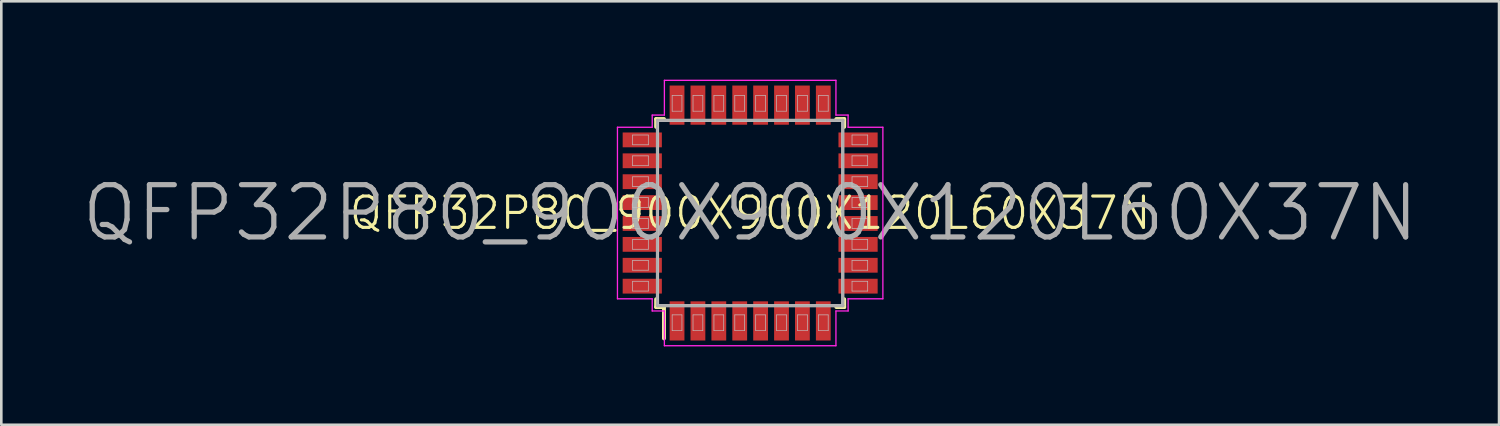
<source format=kicad_pcb>
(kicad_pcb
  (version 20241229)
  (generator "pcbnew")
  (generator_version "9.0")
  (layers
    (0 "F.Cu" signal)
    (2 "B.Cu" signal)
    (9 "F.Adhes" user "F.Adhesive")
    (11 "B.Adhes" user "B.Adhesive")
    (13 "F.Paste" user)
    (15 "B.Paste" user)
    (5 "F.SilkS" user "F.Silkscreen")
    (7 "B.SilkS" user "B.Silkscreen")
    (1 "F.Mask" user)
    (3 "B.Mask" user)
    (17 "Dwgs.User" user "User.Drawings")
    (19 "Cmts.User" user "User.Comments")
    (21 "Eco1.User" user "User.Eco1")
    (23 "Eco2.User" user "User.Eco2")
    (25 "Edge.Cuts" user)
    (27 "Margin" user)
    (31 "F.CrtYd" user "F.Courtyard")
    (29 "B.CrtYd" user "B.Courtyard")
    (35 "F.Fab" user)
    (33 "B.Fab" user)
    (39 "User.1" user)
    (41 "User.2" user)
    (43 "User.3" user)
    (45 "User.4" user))
  (footprint "QFP32P80_900X900X120L60X37N"
    (layer "F.Cu")
    (at 25.671 5.106)
    (property "Reference" "QFP32P80_900X900X120L60X37N" (at 0 0 0) (layer "F.SilkS") (effects (font (size 1.2 1.2) (thickness 0.12))))
    (attr smd)
    (fp_line (start -3.6 -3.6) (end -3.6 -3.3) (stroke (width 0.15) (type solid)) (layer "F.SilkS"))
    (fp_line (start -3.6 3.6) (end -3.6 3.3) (stroke (width 0.15) (type solid)) (layer "F.SilkS"))
    (fp_line (start -3.3 -3.6) (end -3.6 -3.6) (stroke (width 0.15) (type solid)) (layer "F.SilkS"))
    (fp_line (start -3.3 3.6) (end -3.6 3.6) (stroke (width 0.15) (type solid)) (layer "F.SilkS"))
    (fp_line (start -3.3 4.8) (end -3.3 3.6) (stroke (width 0.15) (type solid)) (layer "F.SilkS"))
    (fp_line (start 3.3 -3.6) (end 3.6 -3.6) (stroke (width 0.15) (type solid)) (layer "F.SilkS"))
    (fp_line (start 3.3 3.6) (end 3.6 3.6) (stroke (width 0.15) (type solid)) (layer "F.SilkS"))
    (fp_line (start 3.6 -3.6) (end 3.6 -3.3) (stroke (width 0.15) (type solid)) (layer "F.SilkS"))
    (fp_line (start 3.6 3.6) (end 3.6 3.3) (stroke (width 0.15) (type solid)) (layer "F.SilkS"))
    (fp_line (start -4.5 -2.987) (end -3.9 -2.987) (stroke (width 0.025) (type solid)) (layer "Dwgs.User"))
    (fp_line (start -4.5 -2.612) (end -4.5 -2.987) (stroke (width 0.025) (type solid)) (layer "Dwgs.User"))
    (fp_line (start -4.5 -2.188) (end -3.9 -2.188) (stroke (width 0.025) (type solid)) (layer "Dwgs.User"))
    (fp_line (start -4.5 -1.812) (end -4.5 -2.188) (stroke (width 0.025) (type solid)) (layer "Dwgs.User"))
    (fp_line (start -4.5 -1.387) (end -3.9 -1.387) (stroke (width 0.025) (type solid)) (layer "Dwgs.User"))
    (fp_line (start -4.5 -1.012) (end -4.5 -1.387) (stroke (width 0.025) (type solid)) (layer "Dwgs.User"))
    (fp_line (start -4.5 -0.588) (end -3.9 -0.588) (stroke (width 0.025) (type solid)) (layer "Dwgs.User"))
    (fp_line (start -4.5 -0.212) (end -4.5 -0.588) (stroke (width 0.025) (type solid)) (layer "Dwgs.User"))
    (fp_line (start -4.5 0.212) (end -3.9 0.212) (stroke (width 0.025) (type solid)) (layer "Dwgs.User"))
    (fp_line (start -4.5 0.588) (end -4.5 0.212) (stroke (width 0.025) (type solid)) (layer "Dwgs.User"))
    (fp_line (start -4.5 1.012) (end -3.9 1.012) (stroke (width 0.025) (type solid)) (layer "Dwgs.User"))
    (fp_line (start -4.5 1.387) (end -4.5 1.012) (stroke (width 0.025) (type solid)) (layer "Dwgs.User"))
    (fp_line (start -4.5 1.812) (end -3.9 1.812) (stroke (width 0.025) (type solid)) (layer "Dwgs.User"))
    (fp_line (start -4.5 2.188) (end -4.5 1.812) (stroke (width 0.025) (type solid)) (layer "Dwgs.User"))
    (fp_line (start -4.5 2.612) (end -3.9 2.612) (stroke (width 0.025) (type solid)) (layer "Dwgs.User"))
    (fp_line (start -4.5 2.987) (end -4.5 2.612) (stroke (width 0.025) (type solid)) (layer "Dwgs.User"))
    (fp_line (start -3.9 -2.987) (end -3.9 -2.612) (stroke (width 0.025) (type solid)) (layer "Dwgs.User"))
    (fp_line (start -3.9 -2.612) (end -4.5 -2.612) (stroke (width 0.025) (type solid)) (layer "Dwgs.User"))
    (fp_line (start -3.9 -2.188) (end -3.9 -1.812) (stroke (width 0.025) (type solid)) (layer "Dwgs.User"))
    (fp_line (start -3.9 -1.812) (end -4.5 -1.812) (stroke (width 0.025) (type solid)) (layer "Dwgs.User"))
    (fp_line (start -3.9 -1.387) (end -3.9 -1.012) (stroke (width 0.025) (type solid)) (layer "Dwgs.User"))
    (fp_line (start -3.9 -1.012) (end -4.5 -1.012) (stroke (width 0.025) (type solid)) (layer "Dwgs.User"))
    (fp_line (start -3.9 -0.588) (end -3.9 -0.212) (stroke (width 0.025) (type solid)) (layer "Dwgs.User"))
    (fp_line (start -3.9 -0.212) (end -4.5 -0.212) (stroke (width 0.025) (type solid)) (layer "Dwgs.User"))
    (fp_line (start -3.9 0.212) (end -3.9 0.588) (stroke (width 0.025) (type solid)) (layer "Dwgs.User"))
    (fp_line (start -3.9 0.588) (end -4.5 0.588) (stroke (width 0.025) (type solid)) (layer "Dwgs.User"))
    (fp_line (start -3.9 1.012) (end -3.9 1.387) (stroke (width 0.025) (type solid)) (layer "Dwgs.User"))
    (fp_line (start -3.9 1.387) (end -4.5 1.387) (stroke (width 0.025) (type solid)) (layer "Dwgs.User"))
    (fp_line (start -3.9 1.812) (end -3.9 2.188) (stroke (width 0.025) (type solid)) (layer "Dwgs.User"))
    (fp_line (start -3.9 2.188) (end -4.5 2.188) (stroke (width 0.025) (type solid)) (layer "Dwgs.User"))
    (fp_line (start -3.9 2.612) (end -3.9 2.987) (stroke (width 0.025) (type solid)) (layer "Dwgs.User"))
    (fp_line (start -3.9 2.987) (end -4.5 2.987) (stroke (width 0.025) (type solid)) (layer "Dwgs.User"))
    (fp_line (start -3.5 -3.5) (end 3.5 -3.5) (stroke (width 0.025) (type solid)) (layer "Dwgs.User"))
    (fp_line (start -3.5 3.5) (end -3.5 -3.5) (stroke (width 0.025) (type solid)) (layer "Dwgs.User"))
    (fp_line (start -2.987 -4.5) (end -2.612 -4.5) (stroke (width 0.025) (type solid)) (layer "Dwgs.User"))
    (fp_line (start -2.987 -3.9) (end -2.987 -4.5) (stroke (width 0.025) (type solid)) (layer "Dwgs.User"))
    (fp_line (start -2.987 3.9) (end -2.612 3.9) (stroke (width 0.025) (type solid)) (layer "Dwgs.User"))
    (fp_line (start -2.987 4.5) (end -2.987 3.9) (stroke (width 0.025) (type solid)) (layer "Dwgs.User"))
    (fp_line (start -2.612 -4.5) (end -2.612 -3.9) (stroke (width 0.025) (type solid)) (layer "Dwgs.User"))
    (fp_line (start -2.612 -3.9) (end -2.987 -3.9) (stroke (width 0.025) (type solid)) (layer "Dwgs.User"))
    (fp_line (start -2.612 3.9) (end -2.612 4.5) (stroke (width 0.025) (type solid)) (layer "Dwgs.User"))
    (fp_line (start -2.612 4.5) (end -2.987 4.5) (stroke (width 0.025) (type solid)) (layer "Dwgs.User"))
    (fp_line (start -2.188 -4.5) (end -1.812 -4.5) (stroke (width 0.025) (type solid)) (layer "Dwgs.User"))
    (fp_line (start -2.188 -3.9) (end -2.188 -4.5) (stroke (width 0.025) (type solid)) (layer "Dwgs.User"))
    (fp_line (start -2.188 3.9) (end -1.812 3.9) (stroke (width 0.025) (type solid)) (layer "Dwgs.User"))
    (fp_line (start -2.188 4.5) (end -2.188 3.9) (stroke (width 0.025) (type solid)) (layer "Dwgs.User"))
    (fp_line (start -1.812 -4.5) (end -1.812 -3.9) (stroke (width 0.025) (type solid)) (layer "Dwgs.User"))
    (fp_line (start -1.812 -3.9) (end -2.188 -3.9) (stroke (width 0.025) (type solid)) (layer "Dwgs.User"))
    (fp_line (start -1.812 3.9) (end -1.812 4.5) (stroke (width 0.025) (type solid)) (layer "Dwgs.User"))
    (fp_line (start -1.812 4.5) (end -2.188 4.5) (stroke (width 0.025) (type solid)) (layer "Dwgs.User"))
    (fp_line (start -1.387 -4.5) (end -1.012 -4.5) (stroke (width 0.025) (type solid)) (layer "Dwgs.User"))
    (fp_line (start -1.387 -3.9) (end -1.387 -4.5) (stroke (width 0.025) (type solid)) (layer "Dwgs.User"))
    (fp_line (start -1.387 3.9) (end -1.012 3.9) (stroke (width 0.025) (type solid)) (layer "Dwgs.User"))
    (fp_line (start -1.387 4.5) (end -1.387 3.9) (stroke (width 0.025) (type solid)) (layer "Dwgs.User"))
    (fp_line (start -1.012 -4.5) (end -1.012 -3.9) (stroke (width 0.025) (type solid)) (layer "Dwgs.User"))
    (fp_line (start -1.012 -3.9) (end -1.387 -3.9) (stroke (width 0.025) (type solid)) (layer "Dwgs.User"))
    (fp_line (start -1.012 3.9) (end -1.012 4.5) (stroke (width 0.025) (type solid)) (layer "Dwgs.User"))
    (fp_line (start -1.012 4.5) (end -1.387 4.5) (stroke (width 0.025) (type solid)) (layer "Dwgs.User"))
    (fp_line (start -0.588 -4.5) (end -0.212 -4.5) (stroke (width 0.025) (type solid)) (layer "Dwgs.User"))
    (fp_line (start -0.588 -3.9) (end -0.588 -4.5) (stroke (width 0.025) (type solid)) (layer "Dwgs.User"))
    (fp_line (start -0.588 3.9) (end -0.212 3.9) (stroke (width 0.025) (type solid)) (layer "Dwgs.User"))
    (fp_line (start -0.588 4.5) (end -0.588 3.9) (stroke (width 0.025) (type solid)) (layer "Dwgs.User"))
    (fp_line (start -0.212 -4.5) (end -0.212 -3.9) (stroke (width 0.025) (type solid)) (layer "Dwgs.User"))
    (fp_line (start -0.212 -3.9) (end -0.588 -3.9) (stroke (width 0.025) (type solid)) (layer "Dwgs.User"))
    (fp_line (start -0.212 3.9) (end -0.212 4.5) (stroke (width 0.025) (type solid)) (layer "Dwgs.User"))
    (fp_line (start -0.212 4.5) (end -0.588 4.5) (stroke (width 0.025) (type solid)) (layer "Dwgs.User"))
    (fp_line (start 0.212 -4.5) (end 0.588 -4.5) (stroke (width 0.025) (type solid)) (layer "Dwgs.User"))
    (fp_line (start 0.212 -3.9) (end 0.212 -4.5) (stroke (width 0.025) (type solid)) (layer "Dwgs.User"))
    (fp_line (start 0.212 3.9) (end 0.588 3.9) (stroke (width 0.025) (type solid)) (layer "Dwgs.User"))
    (fp_line (start 0.212 4.5) (end 0.212 3.9) (stroke (width 0.025) (type solid)) (layer "Dwgs.User"))
    (fp_line (start 0.588 -4.5) (end 0.588 -3.9) (stroke (width 0.025) (type solid)) (layer "Dwgs.User"))
    (fp_line (start 0.588 -3.9) (end 0.212 -3.9) (stroke (width 0.025) (type solid)) (layer "Dwgs.User"))
    (fp_line (start 0.588 3.9) (end 0.588 4.5) (stroke (width 0.025) (type solid)) (layer "Dwgs.User"))
    (fp_line (start 0.588 4.5) (end 0.212 4.5) (stroke (width 0.025) (type solid)) (layer "Dwgs.User"))
    (fp_line (start 1.012 -4.5) (end 1.387 -4.5) (stroke (width 0.025) (type solid)) (layer "Dwgs.User"))
    (fp_line (start 1.012 -3.9) (end 1.012 -4.5) (stroke (width 0.025) (type solid)) (layer "Dwgs.User"))
    (fp_line (start 1.012 3.9) (end 1.387 3.9) (stroke (width 0.025) (type solid)) (layer "Dwgs.User"))
    (fp_line (start 1.012 4.5) (end 1.012 3.9) (stroke (width 0.025) (type solid)) (layer "Dwgs.User"))
    (fp_line (start 1.387 -4.5) (end 1.387 -3.9) (stroke (width 0.025) (type solid)) (layer "Dwgs.User"))
    (fp_line (start 1.387 -3.9) (end 1.012 -3.9) (stroke (width 0.025) (type solid)) (layer "Dwgs.User"))
    (fp_line (start 1.387 3.9) (end 1.387 4.5) (stroke (width 0.025) (type solid)) (layer "Dwgs.User"))
    (fp_line (start 1.387 4.5) (end 1.012 4.5) (stroke (width 0.025) (type solid)) (layer "Dwgs.User"))
    (fp_line (start 1.812 -4.5) (end 2.188 -4.5) (stroke (width 0.025) (type solid)) (layer "Dwgs.User"))
    (fp_line (start 1.812 -3.9) (end 1.812 -4.5) (stroke (width 0.025) (type solid)) (layer "Dwgs.User"))
    (fp_line (start 1.812 3.9) (end 2.188 3.9) (stroke (width 0.025) (type solid)) (layer "Dwgs.User"))
    (fp_line (start 1.812 4.5) (end 1.812 3.9) (stroke (width 0.025) (type solid)) (layer "Dwgs.User"))
    (fp_line (start 2.188 -4.5) (end 2.188 -3.9) (stroke (width 0.025) (type solid)) (layer "Dwgs.User"))
    (fp_line (start 2.188 -3.9) (end 1.812 -3.9) (stroke (width 0.025) (type solid)) (layer "Dwgs.User"))
    (fp_line (start 2.188 3.9) (end 2.188 4.5) (stroke (width 0.025) (type solid)) (layer "Dwgs.User"))
    (fp_line (start 2.188 4.5) (end 1.812 4.5) (stroke (width 0.025) (type solid)) (layer "Dwgs.User"))
    (fp_line (start 2.612 -4.5) (end 2.987 -4.5) (stroke (width 0.025) (type solid)) (layer "Dwgs.User"))
    (fp_line (start 2.612 -3.9) (end 2.612 -4.5) (stroke (width 0.025) (type solid)) (layer "Dwgs.User"))
    (fp_line (start 2.612 3.9) (end 2.987 3.9) (stroke (width 0.025) (type solid)) (layer "Dwgs.User"))
    (fp_line (start 2.612 4.5) (end 2.612 3.9) (stroke (width 0.025) (type solid)) (layer "Dwgs.User"))
    (fp_line (start 2.987 -4.5) (end 2.987 -3.9) (stroke (width 0.025) (type solid)) (layer "Dwgs.User"))
    (fp_line (start 2.987 -3.9) (end 2.612 -3.9) (stroke (width 0.025) (type solid)) (layer "Dwgs.User"))
    (fp_line (start 2.987 3.9) (end 2.987 4.5) (stroke (width 0.025) (type solid)) (layer "Dwgs.User"))
    (fp_line (start 2.987 4.5) (end 2.612 4.5) (stroke (width 0.025) (type solid)) (layer "Dwgs.User"))
    (fp_line (start 3.5 -3.5) (end 3.5 3.5) (stroke (width 0.025) (type solid)) (layer "Dwgs.User"))
    (fp_line (start 3.5 3.5) (end -3.5 3.5) (stroke (width 0.025) (type solid)) (layer "Dwgs.User"))
    (fp_line (start 3.9 -2.987) (end 4.5 -2.987) (stroke (width 0.025) (type solid)) (layer "Dwgs.User"))
    (fp_line (start 3.9 -2.612) (end 3.9 -2.987) (stroke (width 0.025) (type solid)) (layer "Dwgs.User"))
    (fp_line (start 3.9 -2.188) (end 4.5 -2.188) (stroke (width 0.025) (type solid)) (layer "Dwgs.User"))
    (fp_line (start 3.9 -1.812) (end 3.9 -2.188) (stroke (width 0.025) (type solid)) (layer "Dwgs.User"))
    (fp_line (start 3.9 -1.387) (end 4.5 -1.387) (stroke (width 0.025) (type solid)) (layer "Dwgs.User"))
    (fp_line (start 3.9 -1.012) (end 3.9 -1.387) (stroke (width 0.025) (type solid)) (layer "Dwgs.User"))
    (fp_line (start 3.9 -0.588) (end 4.5 -0.588) (stroke (width 0.025) (type solid)) (layer "Dwgs.User"))
    (fp_line (start 3.9 -0.212) (end 3.9 -0.588) (stroke (width 0.025) (type solid)) (layer "Dwgs.User"))
    (fp_line (start 3.9 0.212) (end 4.5 0.212) (stroke (width 0.025) (type solid)) (layer "Dwgs.User"))
    (fp_line (start 3.9 0.588) (end 3.9 0.212) (stroke (width 0.025) (type solid)) (layer "Dwgs.User"))
    (fp_line (start 3.9 1.012) (end 4.5 1.012) (stroke (width 0.025) (type solid)) (layer "Dwgs.User"))
    (fp_line (start 3.9 1.387) (end 3.9 1.012) (stroke (width 0.025) (type solid)) (layer "Dwgs.User"))
    (fp_line (start 3.9 1.812) (end 4.5 1.812) (stroke (width 0.025) (type solid)) (layer "Dwgs.User"))
    (fp_line (start 3.9 2.188) (end 3.9 1.812) (stroke (width 0.025) (type solid)) (layer "Dwgs.User"))
    (fp_line (start 3.9 2.612) (end 4.5 2.612) (stroke (width 0.025) (type solid)) (layer "Dwgs.User"))
    (fp_line (start 3.9 2.987) (end 3.9 2.612) (stroke (width 0.025) (type solid)) (layer "Dwgs.User"))
    (fp_line (start 4.5 -2.987) (end 4.5 -2.612) (stroke (width 0.025) (type solid)) (layer "Dwgs.User"))
    (fp_line (start 4.5 -2.612) (end 3.9 -2.612) (stroke (width 0.025) (type solid)) (layer "Dwgs.User"))
    (fp_line (start 4.5 -2.188) (end 4.5 -1.812) (stroke (width 0.025) (type solid)) (layer "Dwgs.User"))
    (fp_line (start 4.5 -1.812) (end 3.9 -1.812) (stroke (width 0.025) (type solid)) (layer "Dwgs.User"))
    (fp_line (start 4.5 -1.387) (end 4.5 -1.012) (stroke (width 0.025) (type solid)) (layer "Dwgs.User"))
    (fp_line (start 4.5 -1.012) (end 3.9 -1.012) (stroke (width 0.025) (type solid)) (layer "Dwgs.User"))
    (fp_line (start 4.5 -0.588) (end 4.5 -0.212) (stroke (width 0.025) (type solid)) (layer "Dwgs.User"))
    (fp_line (start 4.5 -0.212) (end 3.9 -0.212) (stroke (width 0.025) (type solid)) (layer "Dwgs.User"))
    (fp_line (start 4.5 0.212) (end 4.5 0.588) (stroke (width 0.025) (type solid)) (layer "Dwgs.User"))
    (fp_line (start 4.5 0.588) (end 3.9 0.588) (stroke (width 0.025) (type solid)) (layer "Dwgs.User"))
    (fp_line (start 4.5 1.012) (end 4.5 1.387) (stroke (width 0.025) (type solid)) (layer "Dwgs.User"))
    (fp_line (start 4.5 1.387) (end 3.9 1.387) (stroke (width 0.025) (type solid)) (layer "Dwgs.User"))
    (fp_line (start 4.5 1.812) (end 4.5 2.188) (stroke (width 0.025) (type solid)) (layer "Dwgs.User"))
    (fp_line (start 4.5 2.188) (end 3.9 2.188) (stroke (width 0.025) (type solid)) (layer "Dwgs.User"))
    (fp_line (start 4.5 2.612) (end 4.5 2.987) (stroke (width 0.025) (type solid)) (layer "Dwgs.User"))
    (fp_line (start 4.5 2.987) (end 3.9 2.987) (stroke (width 0.025) (type solid)) (layer "Dwgs.User"))
    (fp_line (start -5.081 -3.284) (end -5.081 3.284) (stroke (width 0.05) (type solid)) (layer "F.CrtYd"))
    (fp_line (start -5.081 3.284) (end -3.75 3.284) (stroke (width 0.05) (type solid)) (layer "F.CrtYd"))
    (fp_line (start -3.75 -3.75) (end -3.75 -3.284) (stroke (width 0.05) (type solid)) (layer "F.CrtYd"))
    (fp_line (start -3.75 -3.284) (end -5.081 -3.284) (stroke (width 0.05) (type solid)) (layer "F.CrtYd"))
    (fp_line (start -3.75 3.284) (end -3.75 3.75) (stroke (width 0.05) (type solid)) (layer "F.CrtYd"))
    (fp_line (start -3.75 3.75) (end -3.284 3.75) (stroke (width 0.05) (type solid)) (layer "F.CrtYd"))
    (fp_line (start -3.284 -5.081) (end -3.284 -3.75) (stroke (width 0.05) (type solid)) (layer "F.CrtYd"))
    (fp_line (start -3.284 -3.75) (end -3.75 -3.75) (stroke (width 0.05) (type solid)) (layer "F.CrtYd"))
    (fp_line (start -3.284 3.75) (end -3.284 5.081) (stroke (width 0.05) (type solid)) (layer "F.CrtYd"))
    (fp_line (start -3.284 5.081) (end 3.284 5.081) (stroke (width 0.05) (type solid)) (layer "F.CrtYd"))
    (fp_line (start 3.284 -5.081) (end -3.284 -5.081) (stroke (width 0.05) (type solid)) (layer "F.CrtYd"))
    (fp_line (start 3.284 -3.75) (end 3.284 -5.081) (stroke (width 0.05) (type solid)) (layer "F.CrtYd"))
    (fp_line (start 3.284 3.75) (end 3.75 3.75) (stroke (width 0.05) (type solid)) (layer "F.CrtYd"))
    (fp_line (start 3.284 5.081) (end 3.284 3.75) (stroke (width 0.05) (type solid)) (layer "F.CrtYd"))
    (fp_line (start 3.75 -3.75) (end 3.284 -3.75) (stroke (width 0.05) (type solid)) (layer "F.CrtYd"))
    (fp_line (start 3.75 -3.284) (end 3.75 -3.75) (stroke (width 0.05) (type solid)) (layer "F.CrtYd"))
    (fp_line (start 3.75 3.284) (end 5.081 3.284) (stroke (width 0.05) (type solid)) (layer "F.CrtYd"))
    (fp_line (start 3.75 3.75) (end 3.75 3.284) (stroke (width 0.05) (type solid)) (layer "F.CrtYd"))
    (fp_line (start 5.081 -3.284) (end 3.75 -3.284) (stroke (width 0.05) (type solid)) (layer "F.CrtYd"))
    (fp_line (start 5.081 3.284) (end 5.081 -3.284) (stroke (width 0.05) (type solid)) (layer "F.CrtYd"))
    (fp_line (start -3.55 -3.55) (end 3.55 -3.55) (stroke (width 0.12) (type solid)) (layer "F.Fab"))
    (fp_line (start -3.55 3.55) (end -3.55 -3.55) (stroke (width 0.12) (type solid)) (layer "F.Fab"))
    (fp_line (start 3.55 -3.55) (end 3.55 3.55) (stroke (width 0.12) (type solid)) (layer "F.Fab"))
    (fp_line (start 3.55 3.55) (end -3.55 3.55) (stroke (width 0.12) (type solid)) (layer "F.Fab"))
    (fp_text user "${REFERENCE}" (at 0 0 0) (layer "F.Fab") (effects (font (size 2 2) (thickness 0.2))))
    (pad "1" smd rect (at -2.8 4.131 90) (size 1.5 0.567) (layers "F.Cu" "F.Mask" "F.Paste"))
    (pad "2" smd rect (at -2 4.131 90) (size 1.5 0.567) (layers "F.Cu" "F.Mask" "F.Paste"))
    (pad "3" smd rect (at -1.2 4.131 90) (size 1.5 0.567) (layers "F.Cu" "F.Mask" "F.Paste"))
    (pad "4" smd rect (at -0.4 4.131 90) (size 1.5 0.567) (layers "F.Cu" "F.Mask" "F.Paste"))
    (pad "5" smd rect (at 0.4 4.131 90) (size 1.5 0.567) (layers "F.Cu" "F.Mask" "F.Paste"))
    (pad "6" smd rect (at 1.2 4.131 90) (size 1.5 0.567) (layers "F.Cu" "F.Mask" "F.Paste"))
    (pad "7" smd rect (at 2 4.131 90) (size 1.5 0.567) (layers "F.Cu" "F.Mask" "F.Paste"))
    (pad "8" smd rect (at 2.8 4.131 90) (size 1.5 0.567) (layers "F.Cu" "F.Mask" "F.Paste"))
    (pad "9" smd rect (at 4.131 2.8) (size 1.5 0.567) (layers "F.Cu" "F.Mask" "F.Paste"))
    (pad "10" smd rect (at 4.131 2) (size 1.5 0.567) (layers "F.Cu" "F.Mask" "F.Paste"))
    (pad "11" smd rect (at 4.131 1.2) (size 1.5 0.567) (layers "F.Cu" "F.Mask" "F.Paste"))
    (pad "12" smd rect (at 4.131 0.4) (size 1.5 0.567) (layers "F.Cu" "F.Mask" "F.Paste"))
    (pad "13" smd rect (at 4.131 -0.4) (size 1.5 0.567) (layers "F.Cu" "F.Mask" "F.Paste"))
    (pad "14" smd rect (at 4.131 -1.2) (size 1.5 0.567) (layers "F.Cu" "F.Mask" "F.Paste"))
    (pad "15" smd rect (at 4.131 -2) (size 1.5 0.567) (layers "F.Cu" "F.Mask" "F.Paste"))
    (pad "16" smd rect (at 4.131 -2.8) (size 1.5 0.567) (layers "F.Cu" "F.Mask" "F.Paste"))
    (pad "17" smd rect (at 2.8 -4.131 90) (size 1.5 0.567) (layers "F.Cu" "F.Mask" "F.Paste"))
    (pad "18" smd rect (at 2 -4.131 90) (size 1.5 0.567) (layers "F.Cu" "F.Mask" "F.Paste"))
    (pad "19" smd rect (at 1.2 -4.131 90) (size 1.5 0.567) (layers "F.Cu" "F.Mask" "F.Paste"))
    (pad "20" smd rect (at 0.4 -4.131 90) (size 1.5 0.567) (layers "F.Cu" "F.Mask" "F.Paste"))
    (pad "21" smd rect (at -0.4 -4.131 90) (size 1.5 0.567) (layers "F.Cu" "F.Mask" "F.Paste"))
    (pad "22" smd rect (at -1.2 -4.131 90) (size 1.5 0.567) (layers "F.Cu" "F.Mask" "F.Paste"))
    (pad "23" smd rect (at -2 -4.131 90) (size 1.5 0.567) (layers "F.Cu" "F.Mask" "F.Paste"))
    (pad "24" smd rect (at -2.8 -4.131 90) (size 1.5 0.567) (layers "F.Cu" "F.Mask" "F.Paste"))
    (pad "25" smd rect (at -4.131 -2.8) (size 1.5 0.567) (layers "F.Cu" "F.Mask" "F.Paste"))
    (pad "26" smd rect (at -4.131 -2) (size 1.5 0.567) (layers "F.Cu" "F.Mask" "F.Paste"))
    (pad "27" smd rect (at -4.131 -1.2) (size 1.5 0.567) (layers "F.Cu" "F.Mask" "F.Paste"))
    (pad "28" smd rect (at -4.131 -0.4) (size 1.5 0.567) (layers "F.Cu" "F.Mask" "F.Paste"))
    (pad "29" smd rect (at -4.131 0.4) (size 1.5 0.567) (layers "F.Cu" "F.Mask" "F.Paste"))
    (pad "30" smd rect (at -4.131 1.2) (size 1.5 0.567) (layers "F.Cu" "F.Mask" "F.Paste"))
    (pad "31" smd rect (at -4.131 2) (size 1.5 0.567) (layers "F.Cu" "F.Mask" "F.Paste"))
    (pad "32" smd rect (at -4.131 2.8) (size 1.5 0.567) (layers "F.Cu" "F.Mask" "F.Paste")))
  (gr_rect
    (start -3 -3)
    (end 54.343 13.212)
    (stroke (width 0.1) (type default))
    (fill no)
    (layer "Edge.Cuts")))
</source>
